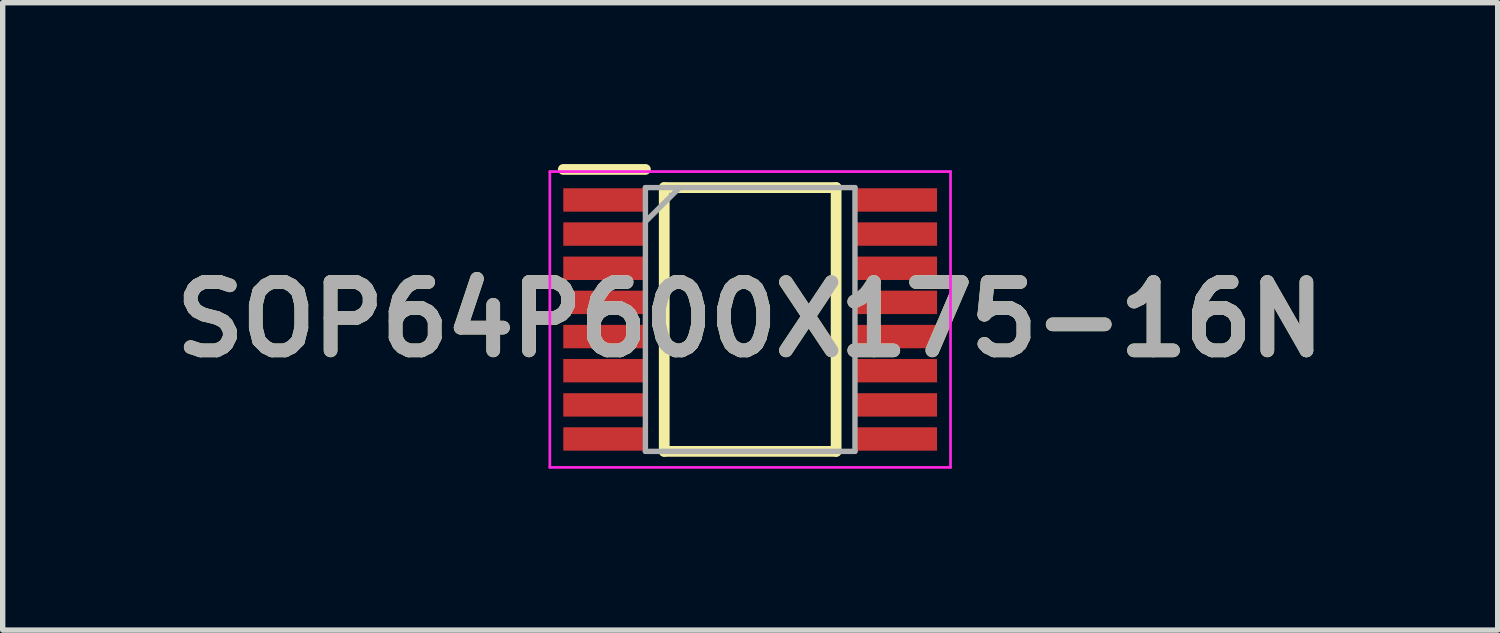
<source format=kicad_pcb>
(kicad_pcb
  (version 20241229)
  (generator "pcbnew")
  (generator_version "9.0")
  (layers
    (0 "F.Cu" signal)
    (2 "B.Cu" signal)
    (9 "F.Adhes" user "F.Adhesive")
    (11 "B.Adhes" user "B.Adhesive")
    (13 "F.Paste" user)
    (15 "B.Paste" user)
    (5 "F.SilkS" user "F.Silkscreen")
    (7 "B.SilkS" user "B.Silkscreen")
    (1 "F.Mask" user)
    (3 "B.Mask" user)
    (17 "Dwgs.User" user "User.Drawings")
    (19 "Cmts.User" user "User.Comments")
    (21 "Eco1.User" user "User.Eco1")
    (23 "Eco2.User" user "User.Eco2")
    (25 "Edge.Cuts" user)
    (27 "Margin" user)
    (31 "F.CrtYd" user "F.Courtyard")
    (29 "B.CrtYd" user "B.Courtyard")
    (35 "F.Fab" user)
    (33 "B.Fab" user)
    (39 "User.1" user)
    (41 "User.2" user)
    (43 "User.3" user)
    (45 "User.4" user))
  (footprint "SOP64P600X175-16N"
    (layer "F.Cu")
    (at 10.898 2.89)
    (property "Reference" "SOP64P600X175-16N" (at 0 0 0) (layer "F.SilkS") (effects (font (size 1.27 1.27) (thickness 0.254))))
    (attr smd)
    (fp_line (start -3.475 -2.79) (end -1.948 -2.79) (stroke (width 0.2) (type solid)) (layer "F.SilkS"))
    (fp_line (start -1.598 -2.452) (end 1.598 -2.452) (stroke (width 0.2) (type solid)) (layer "F.SilkS"))
    (fp_line (start -1.598 2.452) (end -1.598 -2.452) (stroke (width 0.2) (type solid)) (layer "F.SilkS"))
    (fp_line (start 1.598 -2.452) (end 1.598 2.452) (stroke (width 0.2) (type solid)) (layer "F.SilkS"))
    (fp_line (start 1.598 2.452) (end -1.598 2.452) (stroke (width 0.2) (type solid)) (layer "F.SilkS"))
    (fp_line (start -3.725 -2.75) (end 3.725 -2.75) (stroke (width 0.05) (type solid)) (layer "F.CrtYd"))
    (fp_line (start -3.725 2.75) (end -3.725 -2.75) (stroke (width 0.05) (type solid)) (layer "F.CrtYd"))
    (fp_line (start 3.725 -2.75) (end 3.725 2.75) (stroke (width 0.05) (type solid)) (layer "F.CrtYd"))
    (fp_line (start 3.725 2.75) (end -3.725 2.75) (stroke (width 0.05) (type solid)) (layer "F.CrtYd"))
    (fp_line (start -1.948 -2.452) (end 1.948 -2.452) (stroke (width 0.1) (type solid)) (layer "F.Fab"))
    (fp_line (start -1.948 -1.818) (end -1.312 -2.452) (stroke (width 0.1) (type solid)) (layer "F.Fab"))
    (fp_line (start -1.948 2.452) (end -1.948 -2.452) (stroke (width 0.1) (type solid)) (layer "F.Fab"))
    (fp_line (start 1.948 -2.452) (end 1.948 2.452) (stroke (width 0.1) (type solid)) (layer "F.Fab"))
    (fp_line (start 1.948 2.452) (end -1.948 2.452) (stroke (width 0.1) (type solid)) (layer "F.Fab"))
    (fp_text user "${REFERENCE}" (at 0 0 0) (layer "F.Fab") (effects (font (size 1.27 1.27) (thickness 0.254))))
    (pad "1" smd rect (at -2.711 -2.222 90) (size 0.435 1.528) (layers "F.Cu" "F.Mask" "F.Paste"))
    (pad "2" smd rect (at -2.711 -1.588 90) (size 0.435 1.528) (layers "F.Cu" "F.Mask" "F.Paste"))
    (pad "3" smd rect (at -2.711 -0.952 90) (size 0.435 1.528) (layers "F.Cu" "F.Mask" "F.Paste"))
    (pad "4" smd rect (at -2.711 -0.318 90) (size 0.435 1.528) (layers "F.Cu" "F.Mask" "F.Paste"))
    (pad "5" smd rect (at -2.711 0.318 90) (size 0.435 1.528) (layers "F.Cu" "F.Mask" "F.Paste"))
    (pad "6" smd rect (at -2.711 0.952 90) (size 0.435 1.528) (layers "F.Cu" "F.Mask" "F.Paste"))
    (pad "7" smd rect (at -2.711 1.588 90) (size 0.435 1.528) (layers "F.Cu" "F.Mask" "F.Paste"))
    (pad "8" smd rect (at -2.711 2.222 90) (size 0.435 1.528) (layers "F.Cu" "F.Mask" "F.Paste"))
    (pad "9" smd rect (at 2.711 2.222 90) (size 0.435 1.528) (layers "F.Cu" "F.Mask" "F.Paste"))
    (pad "10" smd rect (at 2.711 1.588 90) (size 0.435 1.528) (layers "F.Cu" "F.Mask" "F.Paste"))
    (pad "11" smd rect (at 2.711 0.952 90) (size 0.435 1.528) (layers "F.Cu" "F.Mask" "F.Paste"))
    (pad "12" smd rect (at 2.711 0.318 90) (size 0.435 1.528) (layers "F.Cu" "F.Mask" "F.Paste"))
    (pad "13" smd rect (at 2.711 -0.318 90) (size 0.435 1.528) (layers "F.Cu" "F.Mask" "F.Paste"))
    (pad "14" smd rect (at 2.711 -0.952 90) (size 0.435 1.528) (layers "F.Cu" "F.Mask" "F.Paste"))
    (pad "15" smd rect (at 2.711 -1.588 90) (size 0.435 1.528) (layers "F.Cu" "F.Mask" "F.Paste"))
    (pad "16" smd rect (at 2.711 -2.222 90) (size 0.435 1.528) (layers "F.Cu" "F.Mask" "F.Paste")))
  (gr_rect
    (start -3 -3)
    (end 24.796 8.665)
    (stroke (width 0.1) (type default))
    (fill no)
    (layer "Edge.Cuts")))
</source>
